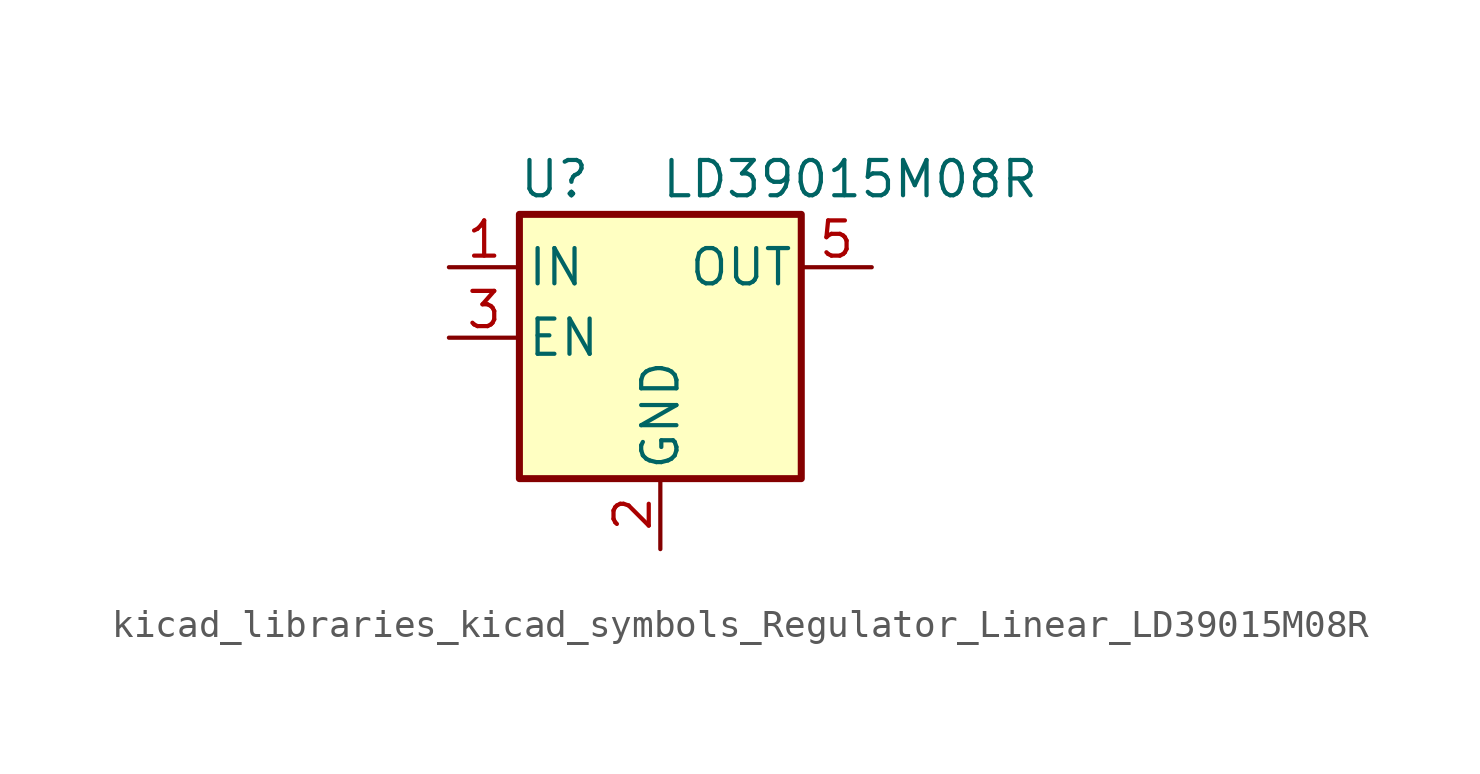
<source format=kicad_sym>
(kicad_symbol_lib
  (version 20220914)
  (generator kicad_symbol_editor)
  (symbol "kicad_libraries_kicad_symbols_Regulator_Linear_LD39015M08R"
    (pin_names
      (offset 0.254))
    (property "Reference" "U"
      (at -3.81 5.715 0)
      (effects (font (size 1.27 1.27))))
    (property "Value" "LD39015M08R"
      (at 0 5.715 0)
      (effects (font (size 1.27 1.27)) (justify left)))
    (symbol "kicad_libraries_kicad_symbols_Regulator_Linear_LD39015M08R_0_1"
      (rectangle (start -5.08 4.445) (end 5.08 -5.08) (stroke (width 0.254) (type default)) (fill (type background))))
    (symbol "kicad_libraries_kicad_symbols_Regulator_Linear_LD39015M08R_1_1"
      (pin power_in line (at -7.62 2.54 0) (length 2.54) (name "IN" (effects (font (size 1.27 1.27)))) (number "1" (effects (font (size 1.27 1.27)))))
      (pin power_in line (at 0 -7.62 90) (length 2.54) (name "GND" (effects (font (size 1.27 1.27)))) (number "2" (effects (font (size 1.27 1.27)))))
      (pin input line (at -7.62 0 0) (length 2.54) (name "EN" (effects (font (size 1.27 1.27)))) (number "3" (effects (font (size 1.27 1.27)))))
      (pin no_connect line (at 5.08 0 180) (length 2.54) hide (name "NC" (effects (font (size 1.27 1.27)))) (number "4" (effects (font (size 1.27 1.27)))))
      (pin power_out line (at 7.62 2.54 180) (length 2.54) (name "OUT" (effects (font (size 1.27 1.27)))) (number "5" (effects (font (size 1.27 1.27))))))))
</source>
